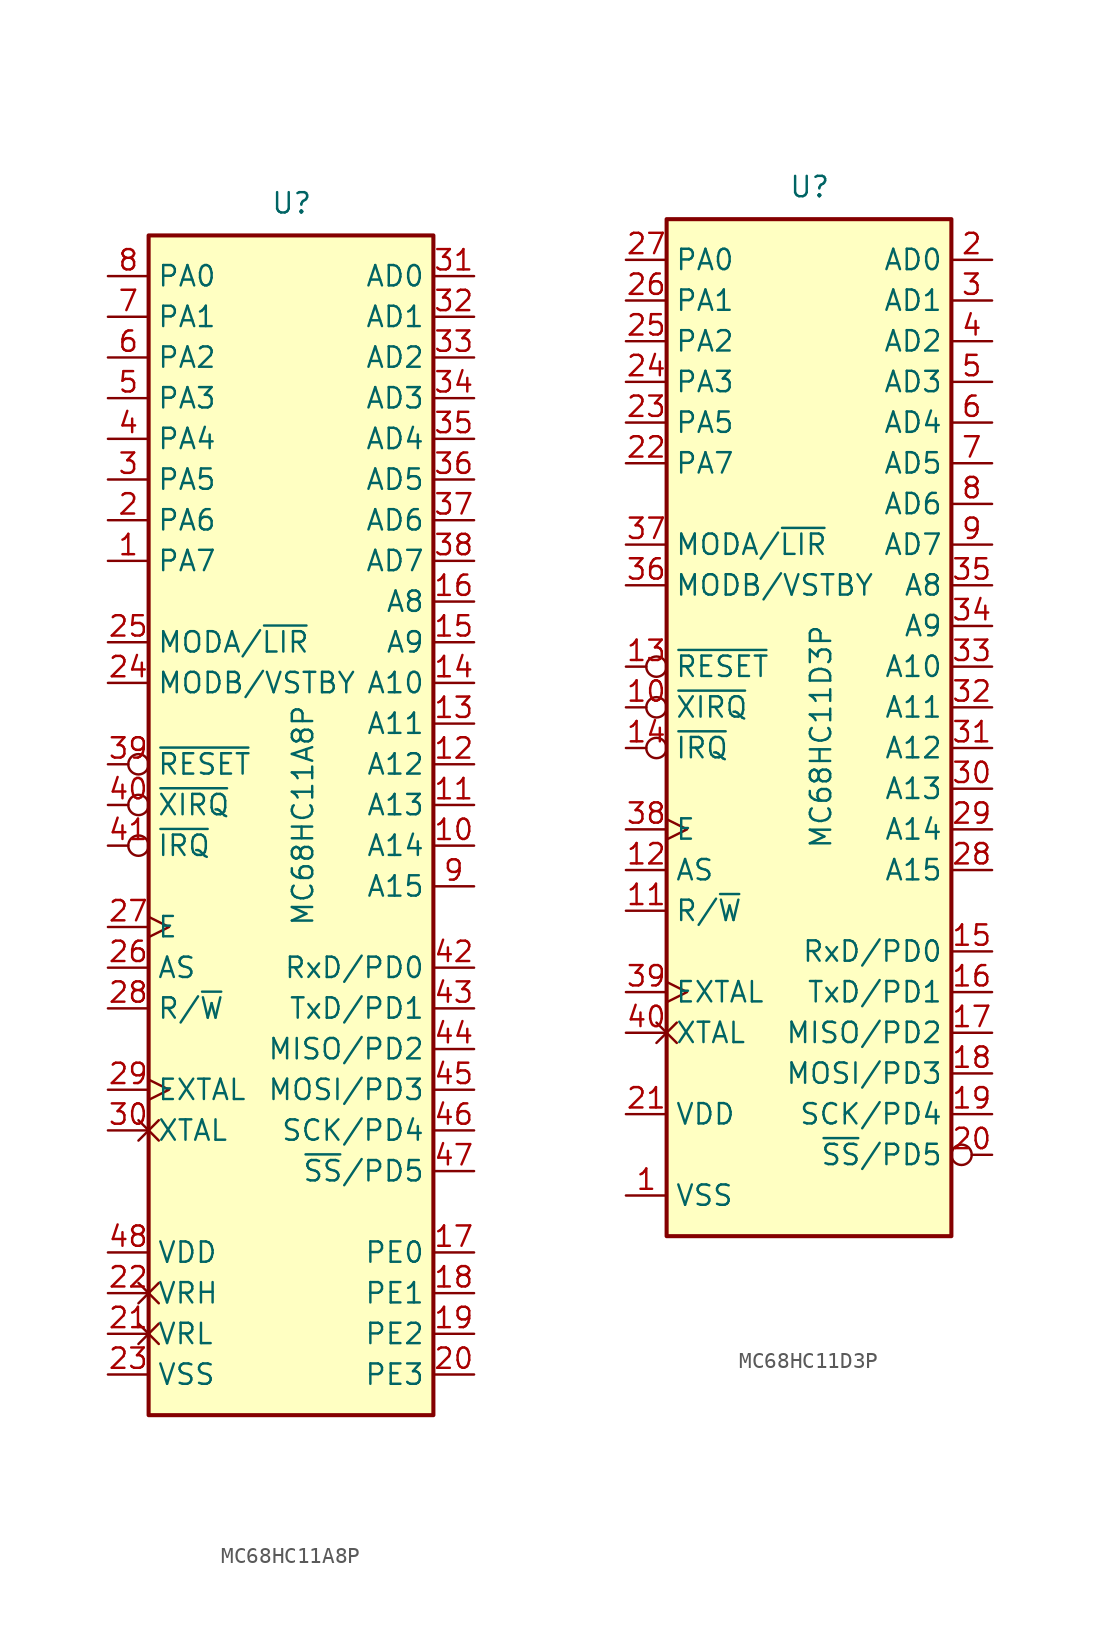
<source format=kicad_sym>
(kicad_symbol_lib
  (version 20220914)
  (generator kicad_symbol_editor)
  (symbol "MC68HC11A8P"
    (property "Reference" "U"
      (at -1.27 31.75 0)
      (effects (font (size 1.27 1.27)) (justify left bottom)))
    (property "Value" "MC68HC11A8P"
      (at 0 -12.7 90)
      (effects (font (size 1.27 1.27)) (justify left top)))
    (symbol "MC68HC11A8P_0_1"
      (rectangle (start -8.89 30.48) (end 8.89 -43.18) (stroke (width 0.254) (type default)) (fill (type background))))
    (symbol "MC68HC11A8P_1_0"
      (pin output line (at -11.43 -17.78 0) (length 2.54) (name "R/~{W}" (effects (font (size 1.27 1.27)))) (number "28" (effects (font (size 1.27 1.27)))))
      (pin output line (at 11.43 -15.24 180) (length 2.54) (name "RxD/PD0" (effects (font (size 1.27 1.27)))) (number "42" (effects (font (size 1.27 1.27)))))
      (pin output line (at 11.43 -17.78 180) (length 2.54) (name "TxD/PD1" (effects (font (size 1.27 1.27)))) (number "43" (effects (font (size 1.27 1.27)))))
      (pin output line (at 11.43 -20.32 180) (length 2.54) (name "MISO/PD2" (effects (font (size 1.27 1.27)))) (number "44" (effects (font (size 1.27 1.27)))))
      (pin output line (at 11.43 -22.86 180) (length 2.54) (name "MOSI/PD3" (effects (font (size 1.27 1.27)))) (number "45" (effects (font (size 1.27 1.27)))))
      (pin output line (at 11.43 -25.4 180) (length 2.54) (name "SCK/PD4" (effects (font (size 1.27 1.27)))) (number "46" (effects (font (size 1.27 1.27)))))
      (pin output line (at 11.43 -27.94 180) (length 2.54) (name "~{SS}/PD5" (effects (font (size 1.27 1.27)))) (number "47" (effects (font (size 1.27 1.27))))))
    (symbol "MC68HC11A8P_1_1"
      (pin bidirectional line (at -11.43 10.16 0) (length 2.54) (name "PA7" (effects (font (size 1.27 1.27)))) (number "1" (effects (font (size 1.27 1.27)))))
      (pin output line (at 11.43 -7.62 180) (length 2.54) (name "A14" (effects (font (size 1.27 1.27)))) (number "10" (effects (font (size 1.27 1.27)))))
      (pin output line (at 11.43 -5.08 180) (length 2.54) (name "A13" (effects (font (size 1.27 1.27)))) (number "11" (effects (font (size 1.27 1.27)))))
      (pin output line (at 11.43 -2.54 180) (length 2.54) (name "A12" (effects (font (size 1.27 1.27)))) (number "12" (effects (font (size 1.27 1.27)))))
      (pin output line (at 11.43 0 180) (length 2.54) (name "A11" (effects (font (size 1.27 1.27)))) (number "13" (effects (font (size 1.27 1.27)))))
      (pin output line (at 11.43 2.54 180) (length 2.54) (name "A10" (effects (font (size 1.27 1.27)))) (number "14" (effects (font (size 1.27 1.27)))))
      (pin output line (at 11.43 5.08 180) (length 2.54) (name "A9" (effects (font (size 1.27 1.27)))) (number "15" (effects (font (size 1.27 1.27)))))
      (pin output line (at 11.43 7.62 180) (length 2.54) (name "A8" (effects (font (size 1.27 1.27)))) (number "16" (effects (font (size 1.27 1.27)))))
      (pin bidirectional line (at 11.43 -33.02 180) (length 2.54) (name "PE0" (effects (font (size 1.27 1.27)))) (number "17" (effects (font (size 1.27 1.27)))))
      (pin bidirectional line (at 11.43 -35.56 180) (length 2.54) (name "PE1" (effects (font (size 1.27 1.27)))) (number "18" (effects (font (size 1.27 1.27)))))
      (pin bidirectional line (at 11.43 -38.1 180) (length 2.54) (name "PE2" (effects (font (size 1.27 1.27)))) (number "19" (effects (font (size 1.27 1.27)))))
      (pin bidirectional line (at -11.43 12.7 0) (length 2.54) (name "PA6" (effects (font (size 1.27 1.27)))) (number "2" (effects (font (size 1.27 1.27)))))
      (pin bidirectional line (at 11.43 -40.64 180) (length 2.54) (name "PE3" (effects (font (size 1.27 1.27)))) (number "20" (effects (font (size 1.27 1.27)))))
      (pin passive non_logic (at -11.43 -38.1 0) (length 2.54) (name "VRL" (effects (font (size 1.27 1.27)))) (number "21" (effects (font (size 1.27 1.27)))))
      (pin passive non_logic (at -11.43 -35.56 0) (length 2.54) (name "VRH" (effects (font (size 1.27 1.27)))) (number "22" (effects (font (size 1.27 1.27)))))
      (pin power_in line (at -11.43 -40.64 0) (length 2.54) (name "VSS" (effects (font (size 1.27 1.27)))) (number "23" (effects (font (size 1.27 1.27)))))
      (pin input line (at -11.43 2.54 0) (length 2.54) (name "MODB/VSTBY" (effects (font (size 1.27 1.27)))) (number "24" (effects (font (size 1.27 1.27)))))
      (pin bidirectional line (at -11.43 5.08 0) (length 2.54) (name "MODA/~{LIR}" (effects (font (size 1.27 1.27)))) (number "25" (effects (font (size 1.27 1.27)))))
      (pin output line (at -11.43 -15.24 0) (length 2.54) (name "AS" (effects (font (size 1.27 1.27)))) (number "26" (effects (font (size 1.27 1.27)))))
      (pin output clock (at -11.43 -12.7 0) (length 2.54) (name "E" (effects (font (size 1.27 1.27)))) (number "27" (effects (font (size 1.27 1.27)))))
      (pin input clock (at -11.43 -22.86 0) (length 2.54) (name "EXTAL" (effects (font (size 1.27 1.27)))) (number "29" (effects (font (size 1.27 1.27)))))
      (pin bidirectional line (at -11.43 15.24 0) (length 2.54) (name "PA5" (effects (font (size 1.27 1.27)))) (number "3" (effects (font (size 1.27 1.27)))))
      (pin output non_logic (at -11.43 -25.4 0) (length 2.54) (name "XTAL" (effects (font (size 1.27 1.27)))) (number "30" (effects (font (size 1.27 1.27)))))
      (pin bidirectional line (at 11.43 27.94 180) (length 2.54) (name "AD0" (effects (font (size 1.27 1.27)))) (number "31" (effects (font (size 1.27 1.27)))))
      (pin bidirectional line (at 11.43 25.4 180) (length 2.54) (name "AD1" (effects (font (size 1.27 1.27)))) (number "32" (effects (font (size 1.27 1.27)))))
      (pin bidirectional line (at 11.43 22.86 180) (length 2.54) (name "AD2" (effects (font (size 1.27 1.27)))) (number "33" (effects (font (size 1.27 1.27)))))
      (pin bidirectional line (at 11.43 20.32 180) (length 2.54) (name "AD3" (effects (font (size 1.27 1.27)))) (number "34" (effects (font (size 1.27 1.27)))))
      (pin bidirectional line (at 11.43 17.78 180) (length 2.54) (name "AD4" (effects (font (size 1.27 1.27)))) (number "35" (effects (font (size 1.27 1.27)))))
      (pin bidirectional line (at 11.43 15.24 180) (length 2.54) (name "AD5" (effects (font (size 1.27 1.27)))) (number "36" (effects (font (size 1.27 1.27)))))
      (pin bidirectional line (at 11.43 12.7 180) (length 2.54) (name "AD6" (effects (font (size 1.27 1.27)))) (number "37" (effects (font (size 1.27 1.27)))))
      (pin bidirectional line (at 11.43 10.16 180) (length 2.54) (name "AD7" (effects (font (size 1.27 1.27)))) (number "38" (effects (font (size 1.27 1.27)))))
      (pin bidirectional inverted (at -11.43 -2.54 0) (length 2.54) (name "~{RESET}" (effects (font (size 1.27 1.27)))) (number "39" (effects (font (size 1.27 1.27)))))
      (pin bidirectional line (at -11.43 17.78 0) (length 2.54) (name "PA4" (effects (font (size 1.27 1.27)))) (number "4" (effects (font (size 1.27 1.27)))))
      (pin input inverted (at -11.43 -5.08 0) (length 2.54) (name "~{XIRQ}" (effects (font (size 1.27 1.27)))) (number "40" (effects (font (size 1.27 1.27)))))
      (pin input inverted (at -11.43 -7.62 0) (length 2.54) (name "~{IRQ}" (effects (font (size 1.27 1.27)))) (number "41" (effects (font (size 1.27 1.27)))))
      (pin power_in line (at -11.43 -33.02 0) (length 2.54) (name "VDD" (effects (font (size 1.27 1.27)))) (number "48" (effects (font (size 1.27 1.27)))))
      (pin bidirectional line (at -11.43 20.32 0) (length 2.54) (name "PA3" (effects (font (size 1.27 1.27)))) (number "5" (effects (font (size 1.27 1.27)))))
      (pin bidirectional line (at -11.43 22.86 0) (length 2.54) (name "PA2" (effects (font (size 1.27 1.27)))) (number "6" (effects (font (size 1.27 1.27)))))
      (pin bidirectional line (at -11.43 25.4 0) (length 2.54) (name "PA1" (effects (font (size 1.27 1.27)))) (number "7" (effects (font (size 1.27 1.27)))))
      (pin bidirectional line (at -11.43 27.94 0) (length 2.54) (name "PA0" (effects (font (size 1.27 1.27)))) (number "8" (effects (font (size 1.27 1.27)))))
      (pin output line (at 11.43 -10.16 180) (length 2.54) (name "A15" (effects (font (size 1.27 1.27)))) (number "9" (effects (font (size 1.27 1.27)))))))
  (symbol "MC68HC11D3P"
    (property "Reference" "U"
      (at -1.27 31.75 0)
      (effects (font (size 1.27 1.27)) (justify left bottom)))
    (property "Value" "MC68HC11D3P"
      (at 0 -8.89 90)
      (effects (font (size 1.27 1.27)) (justify left top)))
    (symbol "MC68HC11D3P_0_1"
      (rectangle (start -8.89 -33.02) (end 8.89 30.48) (stroke (width 0.254) (type default)) (fill (type background))))
    (symbol "MC68HC11D3P_1_1"
      (pin power_in line (at -11.43 -30.48 0) (length 2.54) (name "VSS" (effects (font (size 1.27 1.27)))) (number "1" (effects (font (size 1.27 1.27)))))
      (pin input inverted (at -11.43 0 0) (length 2.54) (name "~{XIRQ}" (effects (font (size 1.27 1.27)))) (number "10" (effects (font (size 1.27 1.27)))))
      (pin output line (at -11.43 -12.7 0) (length 2.54) (name "R/~{W}" (effects (font (size 1.27 1.27)))) (number "11" (effects (font (size 1.27 1.27)))))
      (pin output line (at -11.43 -10.16 0) (length 2.54) (name "AS" (effects (font (size 1.27 1.27)))) (number "12" (effects (font (size 1.27 1.27)))))
      (pin bidirectional inverted (at -11.43 2.54 0) (length 2.54) (name "~{RESET}" (effects (font (size 1.27 1.27)))) (number "13" (effects (font (size 1.27 1.27)))))
      (pin input inverted (at -11.43 -2.54 0) (length 2.54) (name "~{IRQ}" (effects (font (size 1.27 1.27)))) (number "14" (effects (font (size 1.27 1.27)))))
      (pin input line (at 11.43 -15.24 180) (length 2.54) (name "RxD/PD0" (effects (font (size 1.27 1.27)))) (number "15" (effects (font (size 1.27 1.27)))))
      (pin output line (at 11.43 -17.78 180) (length 2.54) (name "TxD/PD1" (effects (font (size 1.27 1.27)))) (number "16" (effects (font (size 1.27 1.27)))))
      (pin input line (at 11.43 -20.32 180) (length 2.54) (name "MISO/PD2" (effects (font (size 1.27 1.27)))) (number "17" (effects (font (size 1.27 1.27)))))
      (pin output line (at 11.43 -22.86 180) (length 2.54) (name "MOSI/PD3" (effects (font (size 1.27 1.27)))) (number "18" (effects (font (size 1.27 1.27)))))
      (pin output line (at 11.43 -25.4 180) (length 2.54) (name "SCK/PD4" (effects (font (size 1.27 1.27)))) (number "19" (effects (font (size 1.27 1.27)))))
      (pin bidirectional line (at 11.43 27.94 180) (length 2.54) (name "AD0" (effects (font (size 1.27 1.27)))) (number "2" (effects (font (size 1.27 1.27)))))
      (pin output inverted (at 11.43 -27.94 180) (length 2.54) (name "~{SS}/PD5" (effects (font (size 1.27 1.27)))) (number "20" (effects (font (size 1.27 1.27)))))
      (pin power_in line (at -11.43 -25.4 0) (length 2.54) (name "VDD" (effects (font (size 1.27 1.27)))) (number "21" (effects (font (size 1.27 1.27)))))
      (pin bidirectional line (at -11.43 15.24 0) (length 2.54) (name "PA7" (effects (font (size 1.27 1.27)))) (number "22" (effects (font (size 1.27 1.27)))))
      (pin bidirectional line (at -11.43 17.78 0) (length 2.54) (name "PA5" (effects (font (size 1.27 1.27)))) (number "23" (effects (font (size 1.27 1.27)))))
      (pin bidirectional line (at -11.43 20.32 0) (length 2.54) (name "PA3" (effects (font (size 1.27 1.27)))) (number "24" (effects (font (size 1.27 1.27)))))
      (pin bidirectional line (at -11.43 22.86 0) (length 2.54) (name "PA2" (effects (font (size 1.27 1.27)))) (number "25" (effects (font (size 1.27 1.27)))))
      (pin bidirectional line (at -11.43 25.4 0) (length 2.54) (name "PA1" (effects (font (size 1.27 1.27)))) (number "26" (effects (font (size 1.27 1.27)))))
      (pin bidirectional line (at -11.43 27.94 0) (length 2.54) (name "PA0" (effects (font (size 1.27 1.27)))) (number "27" (effects (font (size 1.27 1.27)))))
      (pin output line (at 11.43 -10.16 180) (length 2.54) (name "A15" (effects (font (size 1.27 1.27)))) (number "28" (effects (font (size 1.27 1.27)))))
      (pin output line (at 11.43 -7.62 180) (length 2.54) (name "A14" (effects (font (size 1.27 1.27)))) (number "29" (effects (font (size 1.27 1.27)))))
      (pin bidirectional line (at 11.43 25.4 180) (length 2.54) (name "AD1" (effects (font (size 1.27 1.27)))) (number "3" (effects (font (size 1.27 1.27)))))
      (pin output line (at 11.43 -5.08 180) (length 2.54) (name "A13" (effects (font (size 1.27 1.27)))) (number "30" (effects (font (size 1.27 1.27)))))
      (pin output line (at 11.43 -2.54 180) (length 2.54) (name "A12" (effects (font (size 1.27 1.27)))) (number "31" (effects (font (size 1.27 1.27)))))
      (pin output line (at 11.43 0 180) (length 2.54) (name "A11" (effects (font (size 1.27 1.27)))) (number "32" (effects (font (size 1.27 1.27)))))
      (pin output line (at 11.43 2.54 180) (length 2.54) (name "A10" (effects (font (size 1.27 1.27)))) (number "33" (effects (font (size 1.27 1.27)))))
      (pin output line (at 11.43 5.08 180) (length 2.54) (name "A9" (effects (font (size 1.27 1.27)))) (number "34" (effects (font (size 1.27 1.27)))))
      (pin output line (at 11.43 7.62 180) (length 2.54) (name "A8" (effects (font (size 1.27 1.27)))) (number "35" (effects (font (size 1.27 1.27)))))
      (pin input line (at -11.43 7.62 0) (length 2.54) (name "MODB/VSTBY" (effects (font (size 1.27 1.27)))) (number "36" (effects (font (size 1.27 1.27)))))
      (pin bidirectional line (at -11.43 10.16 0) (length 2.54) (name "MODA/~{LIR}" (effects (font (size 1.27 1.27)))) (number "37" (effects (font (size 1.27 1.27)))))
      (pin output clock (at -11.43 -7.62 0) (length 2.54) (name "E" (effects (font (size 1.27 1.27)))) (number "38" (effects (font (size 1.27 1.27)))))
      (pin input clock (at -11.43 -17.78 0) (length 2.54) (name "EXTAL" (effects (font (size 1.27 1.27)))) (number "39" (effects (font (size 1.27 1.27)))))
      (pin bidirectional line (at 11.43 22.86 180) (length 2.54) (name "AD2" (effects (font (size 1.27 1.27)))) (number "4" (effects (font (size 1.27 1.27)))))
      (pin output non_logic (at -11.43 -20.32 0) (length 2.54) (name "XTAL" (effects (font (size 1.27 1.27)))) (number "40" (effects (font (size 1.27 1.27)))))
      (pin bidirectional line (at 11.43 20.32 180) (length 2.54) (name "AD3" (effects (font (size 1.27 1.27)))) (number "5" (effects (font (size 1.27 1.27)))))
      (pin bidirectional line (at 11.43 17.78 180) (length 2.54) (name "AD4" (effects (font (size 1.27 1.27)))) (number "6" (effects (font (size 1.27 1.27)))))
      (pin bidirectional line (at 11.43 15.24 180) (length 2.54) (name "AD5" (effects (font (size 1.27 1.27)))) (number "7" (effects (font (size 1.27 1.27)))))
      (pin bidirectional line (at 11.43 12.7 180) (length 2.54) (name "AD6" (effects (font (size 1.27 1.27)))) (number "8" (effects (font (size 1.27 1.27)))))
      (pin bidirectional line (at 11.43 10.16 180) (length 2.54) (name "AD7" (effects (font (size 1.27 1.27)))) (number "9" (effects (font (size 1.27 1.27))))))))
</source>
